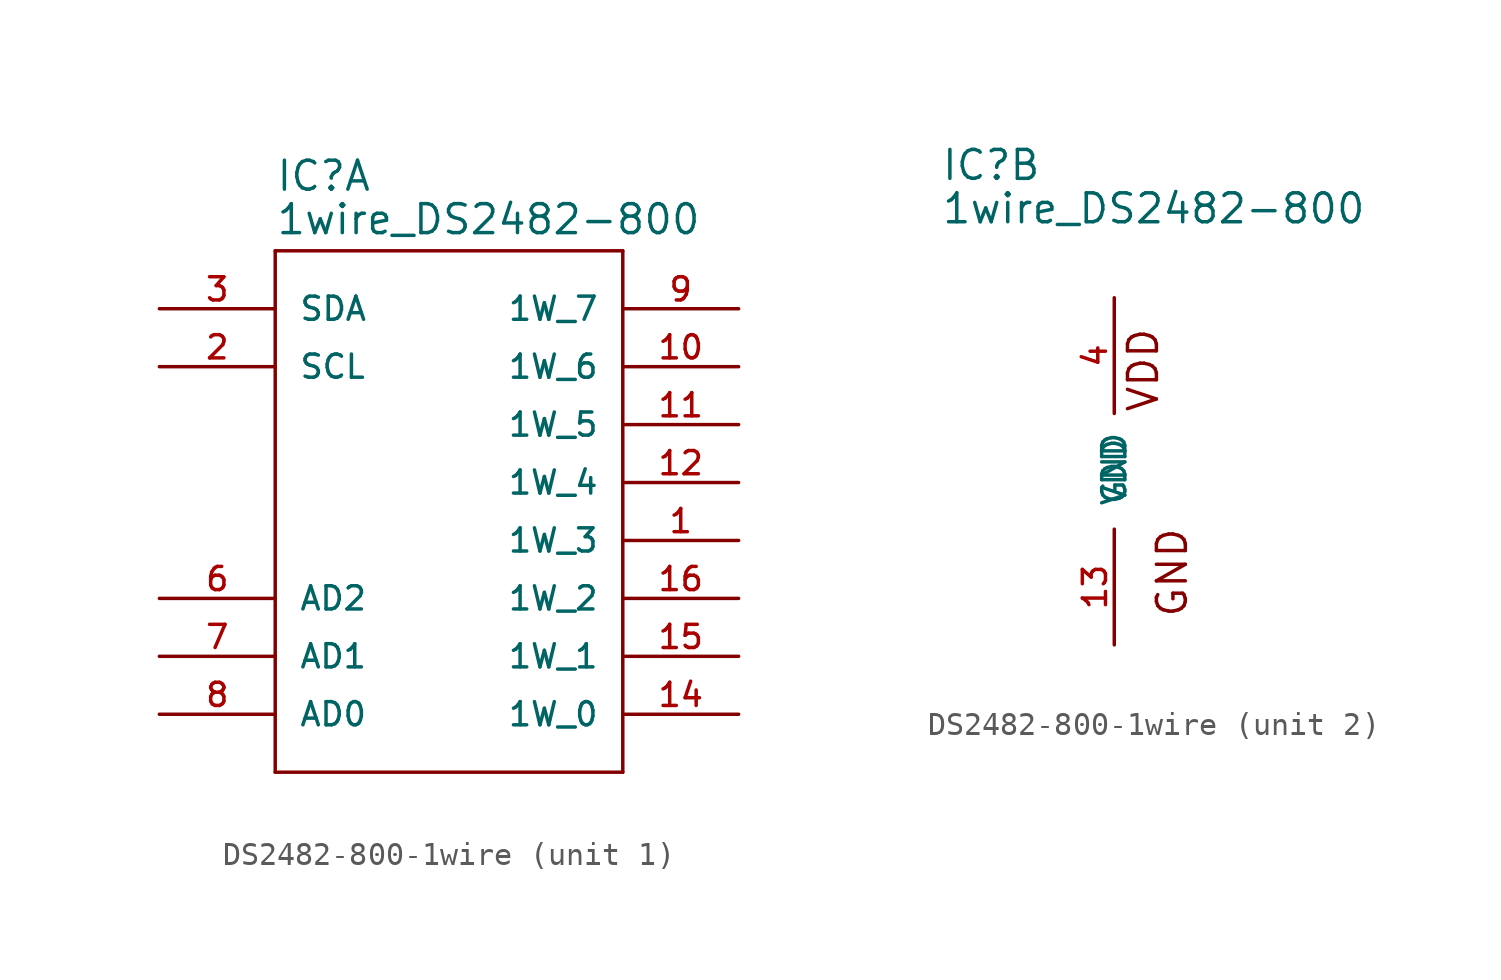
<source format=kicad_sym>
(kicad_symbol_lib
  (version 20231120)
  (generator "kicad_symbol_editor")
  (generator_version "8.0")
  (symbol "DS2482-800-1wire"
    (pin_names
      (offset 1.016))
    (property "Reference" "IC"
      (at -7.62 12.7 0)
      (effects (font (size 1.27 1.27)) (justify left bottom)))
    (property "Value" "1wire_DS2482-800"
      (at -7.62 10.795 0)
      (effects (font (size 1.27 1.27)) (justify left bottom)))
    (property "ki_locked" ""
      (at 0 0 0)
      (effects (font (size 1.27 1.27))))
    (symbol "DS2482-800-1wire_1_0"
      (polyline (pts (xy -7.62 -12.7) (xy 7.62 -12.7)) (stroke (width 0) (type solid)) (fill (type none)))
      (polyline (pts (xy -7.62 10.16) (xy -7.62 -12.7)) (stroke (width 0) (type solid)) (fill (type none)))
      (polyline (pts (xy 7.62 -12.7) (xy 7.62 10.16)) (stroke (width 0) (type solid)) (fill (type none)))
      (polyline (pts (xy 7.62 10.16) (xy -7.62 10.16)) (stroke (width 0) (type solid)) (fill (type none))))
    (symbol "DS2482-800-1wire_1_1"
      (pin open_collector line (at 12.7 -2.54 180) (length 5.08) (name "1W_3" (effects (font (size 1.016 1.016)))) (number "1" (effects (font (size 1.016 1.016)))))
      (pin open_collector line (at 12.7 5.08 180) (length 5.08) (name "1W_6" (effects (font (size 1.016 1.016)))) (number "10" (effects (font (size 1.016 1.016)))))
      (pin open_collector line (at 12.7 2.54 180) (length 5.08) (name "1W_5" (effects (font (size 1.016 1.016)))) (number "11" (effects (font (size 1.016 1.016)))))
      (pin open_collector line (at 12.7 0 180) (length 5.08) (name "1W_4" (effects (font (size 1.016 1.016)))) (number "12" (effects (font (size 1.016 1.016)))))
      (pin open_collector line (at 12.7 -10.16 180) (length 5.08) (name "1W_0" (effects (font (size 1.016 1.016)))) (number "14" (effects (font (size 1.016 1.016)))))
      (pin open_collector line (at 12.7 -7.62 180) (length 5.08) (name "1W_1" (effects (font (size 1.016 1.016)))) (number "15" (effects (font (size 1.016 1.016)))))
      (pin open_collector line (at 12.7 -5.08 180) (length 5.08) (name "1W_2" (effects (font (size 1.016 1.016)))) (number "16" (effects (font (size 1.016 1.016)))))
      (pin input line (at -12.7 5.08 0) (length 5.08) (name "SCL" (effects (font (size 1.016 1.016)))) (number "2" (effects (font (size 1.016 1.016)))))
      (pin bidirectional line (at -12.7 7.62 0) (length 5.08) (name "SDA" (effects (font (size 1.016 1.016)))) (number "3" (effects (font (size 1.016 1.016)))))
      (pin input line (at -12.7 -5.08 0) (length 5.08) (name "AD2" (effects (font (size 1.016 1.016)))) (number "6" (effects (font (size 1.016 1.016)))))
      (pin input line (at -12.7 -7.62 0) (length 5.08) (name "AD1" (effects (font (size 1.016 1.016)))) (number "7" (effects (font (size 1.016 1.016)))))
      (pin input line (at -12.7 -10.16 0) (length 5.08) (name "AD0" (effects (font (size 1.016 1.016)))) (number "8" (effects (font (size 1.016 1.016)))))
      (pin open_collector line (at 12.7 7.62 180) (length 5.08) (name "1W_7" (effects (font (size 1.016 1.016)))) (number "9" (effects (font (size 1.016 1.016))))))
    (symbol "DS2482-800-1wire_2_0"
      (text "GND" (at 2.54 -4.445 1) (effects (font (size 1.27 1.27))))
      (text "VDD" (at 1.27 4.445 1) (effects (font (size 1.27 1.27)))))
    (symbol "DS2482-800-1wire_2_1"
      (pin power_in line (at 0 -7.62 90) (length 5.08) (name "GND" (effects (font (size 1.016 1.016)))) (number "13" (effects (font (size 1.016 1.016)))))
      (pin power_in line (at 0 7.62 270) (length 5.08) (name "VDD" (effects (font (size 1.016 1.016)))) (number "4" (effects (font (size 1.016 1.016))))))))
</source>
